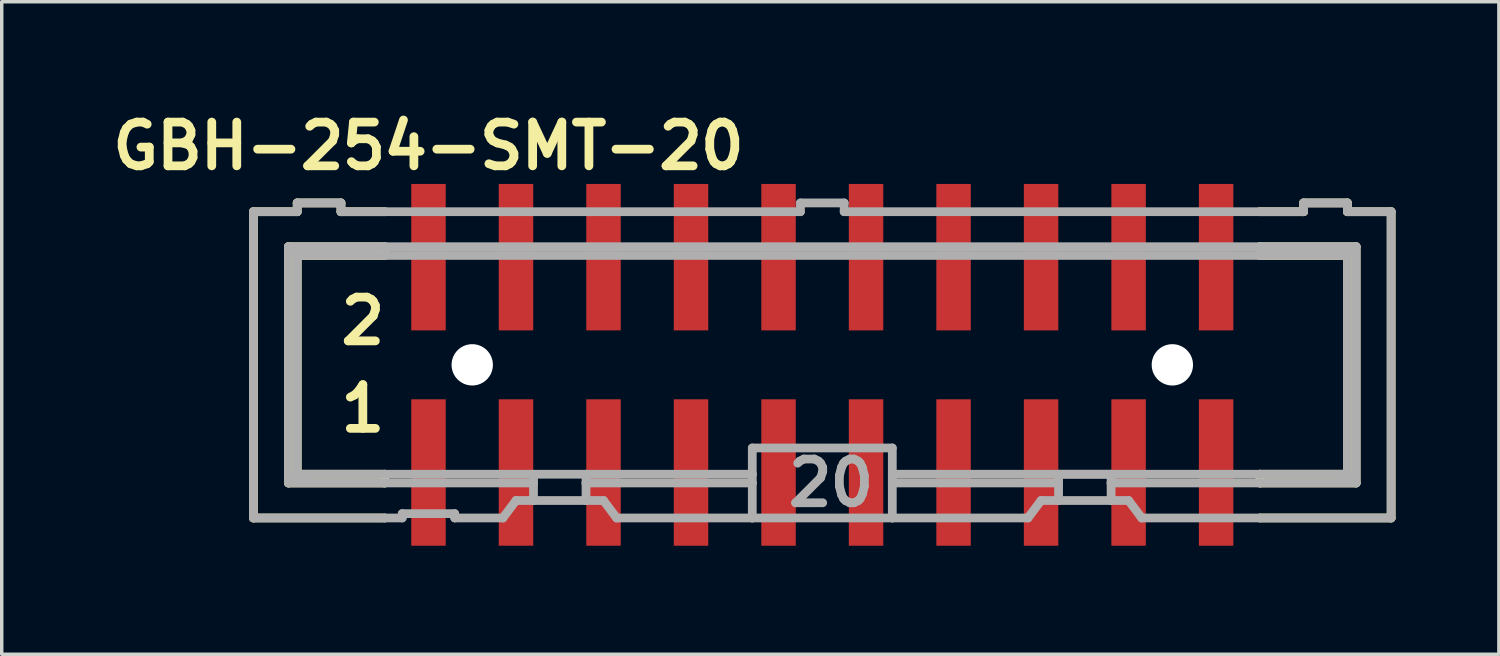
<source format=kicad_pcb>
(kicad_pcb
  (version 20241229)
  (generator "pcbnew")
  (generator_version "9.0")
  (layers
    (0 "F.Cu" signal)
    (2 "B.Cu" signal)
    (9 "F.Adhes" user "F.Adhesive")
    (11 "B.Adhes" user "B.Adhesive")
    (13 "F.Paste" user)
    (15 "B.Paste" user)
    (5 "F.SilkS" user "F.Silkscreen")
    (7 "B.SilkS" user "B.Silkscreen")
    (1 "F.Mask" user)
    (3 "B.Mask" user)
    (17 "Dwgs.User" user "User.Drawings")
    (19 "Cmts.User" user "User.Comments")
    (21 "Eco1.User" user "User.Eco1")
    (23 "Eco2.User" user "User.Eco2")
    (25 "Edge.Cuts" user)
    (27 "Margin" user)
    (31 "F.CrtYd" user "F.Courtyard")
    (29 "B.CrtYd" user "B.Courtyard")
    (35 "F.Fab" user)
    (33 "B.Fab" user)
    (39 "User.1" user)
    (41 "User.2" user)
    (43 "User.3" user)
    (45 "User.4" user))
  (footprint "GBH-254-SMT-20"
    (layer "F.Cu")
    (at 20.816 7.539)
    (property "Reference" "GBH-254-SMT-20" (at -11.43 -6.35 0) (layer "F.SilkS") (effects (font (size 1.27 1.27) (thickness 0.254))))
    (attr smd)
    (fp_line (start -16.51 -4.445) (end -16.51 4.445) (stroke (width 0.254) (type solid)) (layer "F.SilkS"))
    (fp_line (start -16.51 -4.445) (end -15.24 -4.445) (stroke (width 0.254) (type solid)) (layer "F.SilkS"))
    (fp_line (start -16.51 4.445) (end -12.7 4.445) (stroke (width 0.254) (type solid)) (layer "F.SilkS"))
    (fp_line (start -15.494 -3.429) (end -15.494 3.429) (stroke (width 0.254) (type solid)) (layer "F.SilkS"))
    (fp_line (start -15.494 3.429) (end -12.7 3.429) (stroke (width 0.254) (type solid)) (layer "F.SilkS"))
    (fp_line (start -15.4 -3.3) (end -15 -3.3) (stroke (width 0.254) (type solid)) (layer "F.SilkS"))
    (fp_line (start -15.4 3.3) (end -15 3.3) (stroke (width 0.254) (type solid)) (layer "F.SilkS"))
    (fp_line (start -15.24 -4.699) (end -15.24 -4.445) (stroke (width 0.254) (type solid)) (layer "F.SilkS"))
    (fp_line (start -15.24 -3.175) (end -15.24 3.175) (stroke (width 0.254) (type solid)) (layer "F.SilkS"))
    (fp_line (start -15.24 -3.175) (end -12.7 -3.175) (stroke (width 0.254) (type solid)) (layer "F.SilkS"))
    (fp_line (start -13.97 -4.699) (end -15.24 -4.699) (stroke (width 0.254) (type solid)) (layer "F.SilkS"))
    (fp_line (start -13.97 -4.699) (end -13.97 -4.445) (stroke (width 0.254) (type solid)) (layer "F.SilkS"))
    (fp_line (start -13.97 -4.445) (end -12.7 -4.445) (stroke (width 0.254) (type solid)) (layer "F.SilkS"))
    (fp_line (start -12.7 -3.429) (end -15.494 -3.429) (stroke (width 0.254) (type solid)) (layer "F.SilkS"))
    (fp_line (start -12.7 -3.429) (end -12.7 -3.175) (stroke (width 0.254) (type solid)) (layer "F.SilkS"))
    (fp_line (start -12.7 3.175) (end -15.24 3.175) (stroke (width 0.254) (type solid)) (layer "F.SilkS"))
    (fp_line (start -12.7 3.175) (end -12.7 3.429) (stroke (width 0.254) (type solid)) (layer "F.SilkS"))
    (fp_line (start 12.7 -4.445) (end 13.97 -4.445) (stroke (width 0.254) (type solid)) (layer "F.SilkS"))
    (fp_line (start 12.7 -3.429) (end 12.7 -3.175) (stroke (width 0.254) (type solid)) (layer "F.SilkS"))
    (fp_line (start 12.7 -3.175) (end 15.24 -3.175) (stroke (width 0.254) (type solid)) (layer "F.SilkS"))
    (fp_line (start 12.7 3.175) (end 12.7 3.429) (stroke (width 0.254) (type solid)) (layer "F.SilkS"))
    (fp_line (start 12.7 3.429) (end 15.494 3.429) (stroke (width 0.254) (type solid)) (layer "F.SilkS"))
    (fp_line (start 13.97 -4.445) (end 13.97 -4.699) (stroke (width 0.254) (type solid)) (layer "F.SilkS"))
    (fp_line (start 15 -3.3) (end 15.4 -3.3) (stroke (width 0.254) (type solid)) (layer "F.SilkS"))
    (fp_line (start 15 3.3) (end 15.4 3.3) (stroke (width 0.254) (type solid)) (layer "F.SilkS"))
    (fp_line (start 15.24 -4.699) (end 13.97 -4.699) (stroke (width 0.254) (type solid)) (layer "F.SilkS"))
    (fp_line (start 15.24 -4.445) (end 15.24 -4.699) (stroke (width 0.254) (type solid)) (layer "F.SilkS"))
    (fp_line (start 15.24 -4.445) (end 16.51 -4.445) (stroke (width 0.254) (type solid)) (layer "F.SilkS"))
    (fp_line (start 15.24 3.175) (end 12.7 3.175) (stroke (width 0.254) (type solid)) (layer "F.SilkS"))
    (fp_line (start 15.24 3.175) (end 15.24 -3.175) (stroke (width 0.254) (type solid)) (layer "F.SilkS"))
    (fp_line (start 15.494 -3.429) (end 12.7 -3.429) (stroke (width 0.254) (type solid)) (layer "F.SilkS"))
    (fp_line (start 15.494 3.429) (end 15.494 -3.429) (stroke (width 0.254) (type solid)) (layer "F.SilkS"))
    (fp_line (start 16.51 4.445) (end 12.7 4.445) (stroke (width 0.254) (type solid)) (layer "F.SilkS"))
    (fp_line (start 16.51 4.445) (end 16.51 -4.445) (stroke (width 0.254) (type solid)) (layer "F.SilkS"))
    (fp_line (start -16.51 -4.445) (end -16.51 4.445) (stroke (width 0.254) (type solid)) (layer "F.Fab"))
    (fp_line (start -16.51 -4.445) (end -15.24 -4.445) (stroke (width 0.254) (type solid)) (layer "F.Fab"))
    (fp_line (start -16.51 4.445) (end -12.7 4.445) (stroke (width 0.254) (type solid)) (layer "F.Fab"))
    (fp_line (start -15.494 -3.429) (end -15.494 3.429) (stroke (width 0.254) (type solid)) (layer "F.Fab"))
    (fp_line (start -15.494 3.429) (end -12.7 3.429) (stroke (width 0.254) (type solid)) (layer "F.Fab"))
    (fp_line (start -15.4 -3.3) (end -15 -3.3) (stroke (width 0.254) (type solid)) (layer "F.Fab"))
    (fp_line (start -15.4 3.3) (end -15 3.3) (stroke (width 0.254) (type solid)) (layer "F.Fab"))
    (fp_line (start -15.24 -4.699) (end -15.24 -4.445) (stroke (width 0.254) (type solid)) (layer "F.Fab"))
    (fp_line (start -15.24 -3.175) (end -15.24 3.175) (stroke (width 0.254) (type solid)) (layer "F.Fab"))
    (fp_line (start -15.24 -3.175) (end -12.7 -3.175) (stroke (width 0.254) (type solid)) (layer "F.Fab"))
    (fp_line (start -13.97 -4.699) (end -15.24 -4.699) (stroke (width 0.254) (type solid)) (layer "F.Fab"))
    (fp_line (start -13.97 -4.699) (end -13.97 -4.445) (stroke (width 0.254) (type solid)) (layer "F.Fab"))
    (fp_line (start -13.97 -4.445) (end -12.7 -4.445) (stroke (width 0.254) (type solid)) (layer "F.Fab"))
    (fp_line (start -12.7 -4.445) (end -0.635 -4.445) (stroke (width 0.254) (type solid)) (layer "F.Fab"))
    (fp_line (start -12.7 -3.429) (end -15.494 -3.429) (stroke (width 0.254) (type solid)) (layer "F.Fab"))
    (fp_line (start -12.7 -3.175) (end 12.7 -3.175) (stroke (width 0.254) (type solid)) (layer "F.Fab"))
    (fp_line (start -12.7 3.175) (end -15.24 3.175) (stroke (width 0.254) (type solid)) (layer "F.Fab"))
    (fp_line (start -12.7 3.429) (end -8.382 3.429) (stroke (width 0.254) (type solid)) (layer "F.Fab"))
    (fp_line (start -12.7 4.445) (end -12.192 4.445) (stroke (width 0.254) (type solid)) (layer "F.Fab"))
    (fp_line (start -12.192 4.318) (end -12.192 4.445) (stroke (width 0.254) (type solid)) (layer "F.Fab"))
    (fp_line (start -12.192 4.318) (end -10.668 4.318) (stroke (width 0.254) (type solid)) (layer "F.Fab"))
    (fp_line (start -10.668 4.445) (end -10.668 4.318) (stroke (width 0.254) (type solid)) (layer "F.Fab"))
    (fp_line (start -10.668 4.445) (end -9.271 4.445) (stroke (width 0.254) (type solid)) (layer "F.Fab"))
    (fp_line (start -9.271 4.445) (end -8.89 3.937) (stroke (width 0.254) (type solid)) (layer "F.Fab"))
    (fp_line (start -8.382 3.175) (end -8.382 3.429) (stroke (width 0.254) (type solid)) (layer "F.Fab"))
    (fp_line (start -8.382 3.429) (end -8.382 3.937) (stroke (width 0.254) (type solid)) (layer "F.Fab"))
    (fp_line (start -8.382 3.937) (end -8.89 3.937) (stroke (width 0.254) (type solid)) (layer "F.Fab"))
    (fp_line (start -6.858 3.175) (end -12.7 3.175) (stroke (width 0.254) (type solid)) (layer "F.Fab"))
    (fp_line (start -6.858 3.175) (end -6.858 3.429) (stroke (width 0.254) (type solid)) (layer "F.Fab"))
    (fp_line (start -6.858 3.429) (end -6.858 3.937) (stroke (width 0.254) (type solid)) (layer "F.Fab"))
    (fp_line (start -6.858 3.429) (end -2.032 3.429) (stroke (width 0.254) (type solid)) (layer "F.Fab"))
    (fp_line (start -6.858 3.937) (end -8.382 3.937) (stroke (width 0.254) (type solid)) (layer "F.Fab"))
    (fp_line (start -6.35 3.937) (end -6.858 3.937) (stroke (width 0.254) (type solid)) (layer "F.Fab"))
    (fp_line (start -6.35 3.937) (end -5.969 4.445) (stroke (width 0.254) (type solid)) (layer "F.Fab"))
    (fp_line (start -5.969 4.445) (end -2.032 4.445) (stroke (width 0.254) (type solid)) (layer "F.Fab"))
    (fp_line (start -2.032 3.175) (end -6.858 3.175) (stroke (width 0.254) (type solid)) (layer "F.Fab"))
    (fp_line (start -2.032 3.175) (end -2.032 2.413) (stroke (width 0.254) (type solid)) (layer "F.Fab"))
    (fp_line (start -2.032 3.175) (end -2.032 3.429) (stroke (width 0.254) (type solid)) (layer "F.Fab"))
    (fp_line (start -2.032 3.429) (end -2.032 4.445) (stroke (width 0.254) (type solid)) (layer "F.Fab"))
    (fp_line (start -0.635 -4.699) (end -0.635 -4.445) (stroke (width 0.254) (type solid)) (layer "F.Fab"))
    (fp_line (start 0.635 -4.699) (end -0.635 -4.699) (stroke (width 0.254) (type solid)) (layer "F.Fab"))
    (fp_line (start 0.635 -4.699) (end 0.635 -4.445) (stroke (width 0.254) (type solid)) (layer "F.Fab"))
    (fp_line (start 0.635 -4.445) (end 12.7 -4.445) (stroke (width 0.254) (type solid)) (layer "F.Fab"))
    (fp_line (start 2.032 2.413) (end -2.032 2.413) (stroke (width 0.254) (type solid)) (layer "F.Fab"))
    (fp_line (start 2.032 2.413) (end 2.032 3.175) (stroke (width 0.254) (type solid)) (layer "F.Fab"))
    (fp_line (start 2.032 3.175) (end 2.032 3.429) (stroke (width 0.254) (type solid)) (layer "F.Fab"))
    (fp_line (start 2.032 3.429) (end 2.032 4.445) (stroke (width 0.254) (type solid)) (layer "F.Fab"))
    (fp_line (start 2.032 4.445) (end -2.032 4.445) (stroke (width 0.254) (type solid)) (layer "F.Fab"))
    (fp_line (start 5.969 4.445) (end 2.032 4.445) (stroke (width 0.254) (type solid)) (layer "F.Fab"))
    (fp_line (start 5.969 4.445) (end 6.35 3.937) (stroke (width 0.254) (type solid)) (layer "F.Fab"))
    (fp_line (start 6.858 3.175) (end 6.858 3.429) (stroke (width 0.254) (type solid)) (layer "F.Fab"))
    (fp_line (start 6.858 3.429) (end 2.032 3.429) (stroke (width 0.254) (type solid)) (layer "F.Fab"))
    (fp_line (start 6.858 3.429) (end 6.858 3.937) (stroke (width 0.254) (type solid)) (layer "F.Fab"))
    (fp_line (start 6.858 3.937) (end 6.35 3.937) (stroke (width 0.254) (type solid)) (layer "F.Fab"))
    (fp_line (start 8.382 3.175) (end 2.032 3.175) (stroke (width 0.254) (type solid)) (layer "F.Fab"))
    (fp_line (start 8.382 3.175) (end 8.382 3.429) (stroke (width 0.254) (type solid)) (layer "F.Fab"))
    (fp_line (start 8.382 3.429) (end 8.382 3.937) (stroke (width 0.254) (type solid)) (layer "F.Fab"))
    (fp_line (start 8.382 3.429) (end 12.7 3.429) (stroke (width 0.254) (type solid)) (layer "F.Fab"))
    (fp_line (start 8.382 3.937) (end 6.858 3.937) (stroke (width 0.254) (type solid)) (layer "F.Fab"))
    (fp_line (start 8.89 3.937) (end 8.382 3.937) (stroke (width 0.254) (type solid)) (layer "F.Fab"))
    (fp_line (start 8.89 3.937) (end 9.271 4.445) (stroke (width 0.254) (type solid)) (layer "F.Fab"))
    (fp_line (start 12.7 -4.445) (end 13.97 -4.445) (stroke (width 0.254) (type solid)) (layer "F.Fab"))
    (fp_line (start 12.7 -3.429) (end -12.7 -3.429) (stroke (width 0.254) (type solid)) (layer "F.Fab"))
    (fp_line (start 12.7 -3.175) (end 15.24 -3.175) (stroke (width 0.254) (type solid)) (layer "F.Fab"))
    (fp_line (start 12.7 3.175) (end 6.858 3.175) (stroke (width 0.254) (type solid)) (layer "F.Fab"))
    (fp_line (start 12.7 3.429) (end 15.494 3.429) (stroke (width 0.254) (type solid)) (layer "F.Fab"))
    (fp_line (start 12.7 4.445) (end 9.271 4.445) (stroke (width 0.254) (type solid)) (layer "F.Fab"))
    (fp_line (start 13.97 -4.445) (end 13.97 -4.699) (stroke (width 0.254) (type solid)) (layer "F.Fab"))
    (fp_line (start 15 -3.3) (end 15.4 -3.3) (stroke (width 0.254) (type solid)) (layer "F.Fab"))
    (fp_line (start 15 3.3) (end 15.4 3.3) (stroke (width 0.254) (type solid)) (layer "F.Fab"))
    (fp_line (start 15.24 -4.699) (end 13.97 -4.699) (stroke (width 0.254) (type solid)) (layer "F.Fab"))
    (fp_line (start 15.24 -4.445) (end 15.24 -4.699) (stroke (width 0.254) (type solid)) (layer "F.Fab"))
    (fp_line (start 15.24 -4.445) (end 16.51 -4.445) (stroke (width 0.254) (type solid)) (layer "F.Fab"))
    (fp_line (start 15.24 3.175) (end 12.7 3.175) (stroke (width 0.254) (type solid)) (layer "F.Fab"))
    (fp_line (start 15.24 3.175) (end 15.24 -3.175) (stroke (width 0.254) (type solid)) (layer "F.Fab"))
    (fp_line (start 15.494 -3.429) (end 12.7 -3.429) (stroke (width 0.254) (type solid)) (layer "F.Fab"))
    (fp_line (start 15.494 3.429) (end 15.494 -3.429) (stroke (width 0.254) (type solid)) (layer "F.Fab"))
    (fp_line (start 16.51 4.445) (end 12.7 4.445) (stroke (width 0.254) (type solid)) (layer "F.Fab"))
    (fp_line (start 16.51 4.445) (end 16.51 -4.445) (stroke (width 0.254) (type solid)) (layer "F.Fab"))
    (fp_text user "1" (at -13.335 1.27 0) (layer "F.SilkS") (effects (font (size 1.27 1.27) (thickness 0.254))))
    (fp_text user "2" (at -13.335 -1.27 0) (layer "F.SilkS") (effects (font (size 1.27 1.27) (thickness 0.254))))
    (fp_text user "20" (at 0.254 3.429 0) (layer "F.Fab") (effects (font (size 1.27 1.27) (thickness 0.254))))
    (pad "" smd rect (at -11.43 -3.125) (size 1.7 4.55) (layers "F.Paste"))
    (pad "" smd rect (at -11.43 3.125) (size 1.7 4.55) (layers "F.Paste"))
    (pad "" np_thru_hole circle (at -10.16 0) (size 1.2 1.2) (drill 1.2) (layers "*.Cu" "*.Mask"))
    (pad "" smd rect (at -8.89 -3.125) (size 1.7 4.55) (layers "F.Paste"))
    (pad "" smd rect (at -8.89 3.125) (size 1.7 4.55) (layers "F.Paste"))
    (pad "" smd rect (at -6.35 -3.125) (size 1.7 4.55) (layers "F.Paste"))
    (pad "" smd rect (at -6.35 3.125) (size 1.7 4.55) (layers "F.Paste"))
    (pad "" smd rect (at -3.81 -3.125) (size 1.7 4.55) (layers "F.Paste"))
    (pad "" smd rect (at -3.81 3.125) (size 1.7 4.55) (layers "F.Paste"))
    (pad "" smd rect (at -1.27 -3.125) (size 1.7 4.55) (layers "F.Paste"))
    (pad "" smd rect (at -1.27 3.125) (size 1.7 4.55) (layers "F.Paste"))
    (pad "" smd rect (at 1.27 -3.125) (size 1.7 4.55) (layers "F.Paste"))
    (pad "" smd rect (at 1.27 3.125) (size 1.7 4.55) (layers "F.Paste"))
    (pad "" smd rect (at 3.81 -3.125) (size 1.7 4.55) (layers "F.Paste"))
    (pad "" smd rect (at 3.81 3.125) (size 1.7 4.55) (layers "F.Paste"))
    (pad "" smd rect (at 6.35 -3.125) (size 1.7 4.55) (layers "F.Paste"))
    (pad "" smd rect (at 6.35 3.125) (size 1.7 4.55) (layers "F.Paste"))
    (pad "" smd rect (at 8.89 -3.125) (size 1.7 4.55) (layers "F.Paste"))
    (pad "" smd rect (at 8.89 3.125) (size 1.7 4.55) (layers "F.Paste"))
    (pad "" np_thru_hole circle (at 10.16 0) (size 1.2 1.2) (drill 1.2) (layers "*.Cu" "*.Mask"))
    (pad "" smd rect (at 11.43 -3.125) (size 1.7 4.55) (layers "F.Paste"))
    (pad "" smd rect (at 11.43 3.125) (size 1.7 4.55) (layers "F.Paste"))
    (pad "1" smd rect (at -11.43 3.125 90) (size 4.25 1) (layers "F.Cu" "F.Mask"))
    (pad "2" smd rect (at -11.43 -3.125 90) (size 4.25 1) (layers "F.Cu" "F.Mask"))
    (pad "3" smd rect (at -8.89 3.125 90) (size 4.25 1) (layers "F.Cu" "F.Mask"))
    (pad "4" smd rect (at -8.89 -3.125 90) (size 4.25 1) (layers "F.Cu" "F.Mask"))
    (pad "5" smd rect (at -6.35 3.125 90) (size 4.25 1) (layers "F.Cu" "F.Mask"))
    (pad "6" smd rect (at -6.35 -3.125 90) (size 4.25 1) (layers "F.Cu" "F.Mask"))
    (pad "7" smd rect (at -3.81 3.125 90) (size 4.25 1) (layers "F.Cu" "F.Mask"))
    (pad "8" smd rect (at -3.81 -3.125 90) (size 4.25 1) (layers "F.Cu" "F.Mask"))
    (pad "9" smd rect (at -1.27 3.125 90) (size 4.25 1) (layers "F.Cu" "F.Mask"))
    (pad "10" smd rect (at -1.27 -3.125 90) (size 4.25 1) (layers "F.Cu" "F.Mask"))
    (pad "11" smd rect (at 1.27 3.125 90) (size 4.25 1) (layers "F.Cu" "F.Mask"))
    (pad "12" smd rect (at 1.27 -3.125 90) (size 4.25 1) (layers "F.Cu" "F.Mask"))
    (pad "13" smd rect (at 3.81 3.125 90) (size 4.25 1) (layers "F.Cu" "F.Mask"))
    (pad "14" smd rect (at 3.81 -3.125 90) (size 4.25 1) (layers "F.Cu" "F.Mask"))
    (pad "15" smd rect (at 6.35 3.125 90) (size 4.25 1) (layers "F.Cu" "F.Mask"))
    (pad "16" smd rect (at 6.35 -3.125 90) (size 4.25 1) (layers "F.Cu" "F.Mask"))
    (pad "17" smd rect (at 8.89 3.125 90) (size 4.25 1) (layers "F.Cu" "F.Mask"))
    (pad "18" smd rect (at 8.89 -3.125 90) (size 4.25 1) (layers "F.Cu" "F.Mask"))
    (pad "19" smd rect (at 11.43 3.125 90) (size 4.25 1) (layers "F.Cu" "F.Mask"))
    (pad "20" smd rect (at 11.43 -3.125 90) (size 4.25 1) (layers "F.Cu" "F.Mask")))
  (gr_rect
    (start -3 -3)
    (end 40.453 15.939)
    (stroke (width 0.1) (type default))
    (fill no)
    (layer "Edge.Cuts")))
</source>
